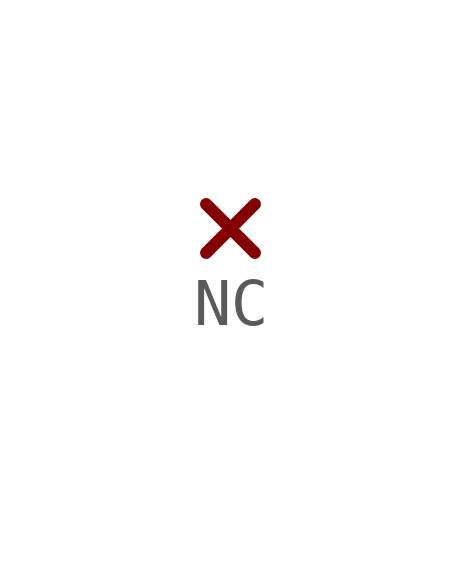
<source format=kicad_sym>
(kicad_symbol_lib
  (version 20220914)
  (generator kicad_symbol_editor)
  (symbol "NC"
    (property "Reference" "#NC"
      (at 0 0 0)
      (effects (font (size 1.27 1.27)) hide))
    (property "ki_locked" ""
      (at 0 0 0)
      (effects (font (size 1.27 1.27))))
    (symbol "NC_1_0"
      (polyline (pts (xy -0.508 0.508) (xy 0.508 -0.508)) (stroke (width 0.254) (type solid)) (fill (type none)))
      (polyline (pts (xy 0.508 0.508) (xy -0.508 -0.508)) (stroke (width 0.254) (type solid)) (fill (type none))))))
</source>
